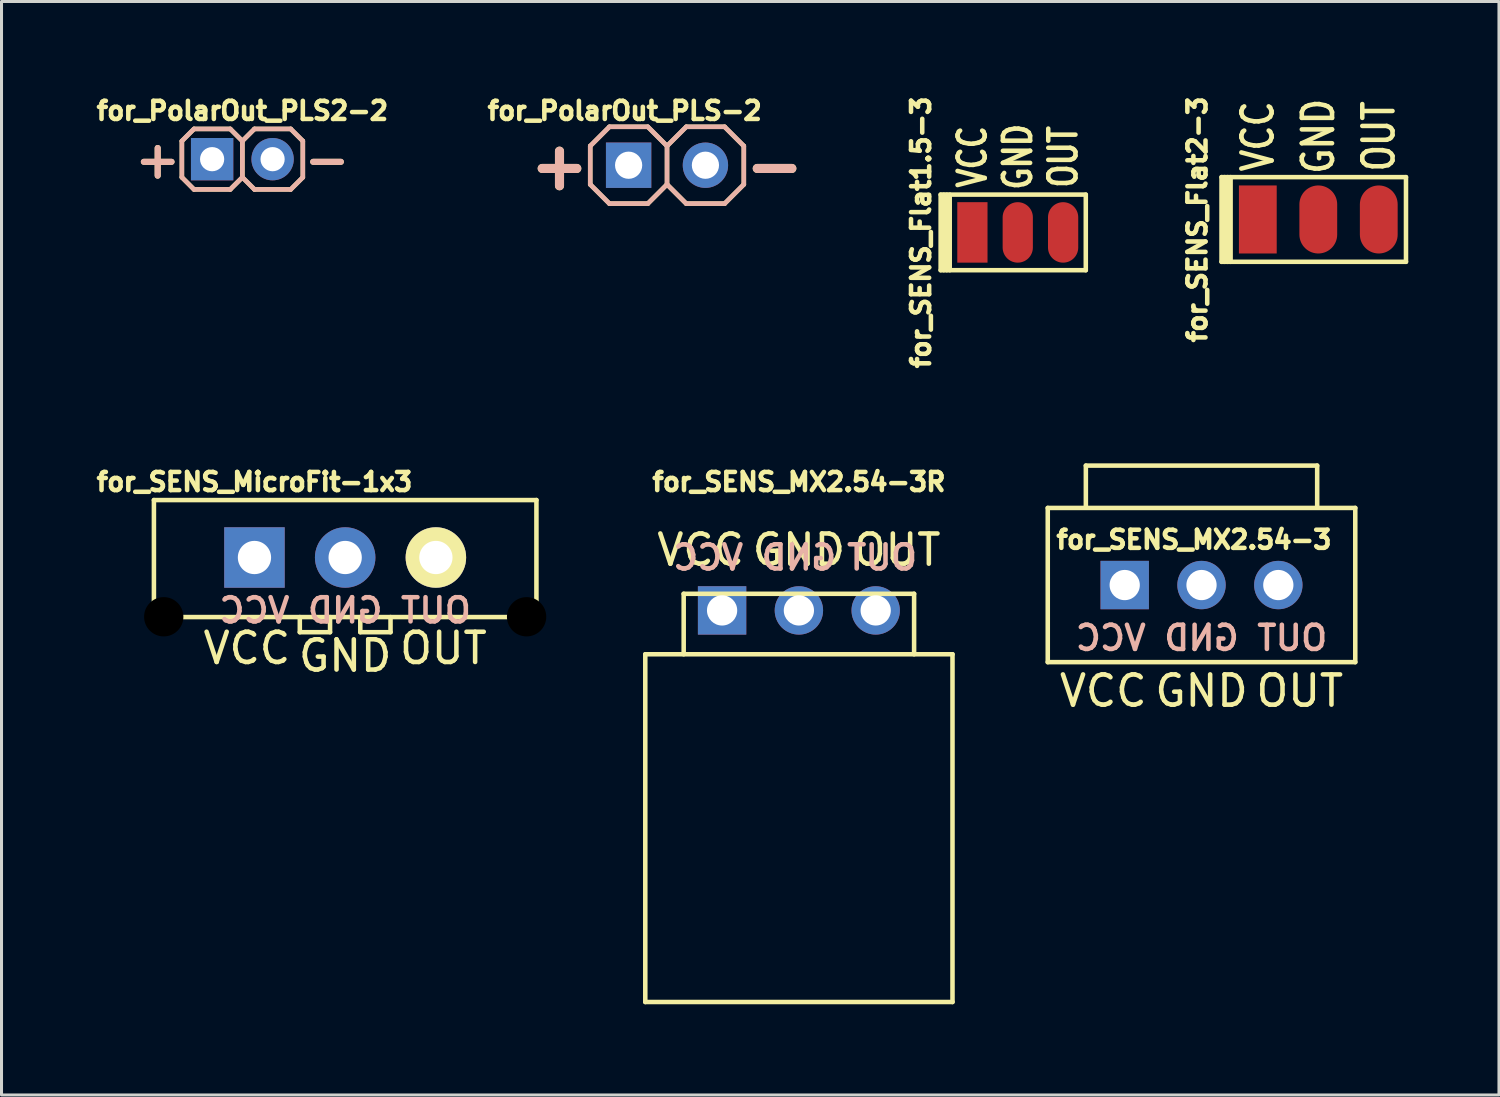
<source format=kicad_pcb>
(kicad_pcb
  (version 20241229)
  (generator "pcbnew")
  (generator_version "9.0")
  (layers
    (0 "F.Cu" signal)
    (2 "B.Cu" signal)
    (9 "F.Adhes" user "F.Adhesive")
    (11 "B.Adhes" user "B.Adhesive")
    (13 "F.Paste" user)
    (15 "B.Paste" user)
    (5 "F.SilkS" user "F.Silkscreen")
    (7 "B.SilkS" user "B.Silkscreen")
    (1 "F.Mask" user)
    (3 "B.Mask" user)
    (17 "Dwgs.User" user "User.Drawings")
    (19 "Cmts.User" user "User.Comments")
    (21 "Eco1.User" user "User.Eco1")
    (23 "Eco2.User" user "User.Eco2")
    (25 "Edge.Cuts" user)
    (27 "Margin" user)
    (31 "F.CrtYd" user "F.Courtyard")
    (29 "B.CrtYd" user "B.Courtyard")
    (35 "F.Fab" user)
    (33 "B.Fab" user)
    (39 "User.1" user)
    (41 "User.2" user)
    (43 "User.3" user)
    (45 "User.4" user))
  (footprint "for_SENS_MicroFit-1x3"
    (layer "F.Cu")
    (at 8.365 15.387)
    (property "Reference" "for_SENS_MicroFit-1x3" (at -3 -2.5 0) (layer "F.SilkS") (effects (font (size 0.6 0.6) (thickness 0.15))))
    (attr through_hole)
    (fp_line (start -6.325 1.97) (end -6.325 -1.9) (stroke (width 0.15) (type solid)) (layer "F.SilkS"))
    (fp_line (start -6.325 1.97) (end 6.325 1.97) (stroke (width 0.15) (type solid)) (layer "F.SilkS"))
    (fp_line (start -1.5 2.47) (end -1.5 1.97) (stroke (width 0.15) (type solid)) (layer "F.SilkS"))
    (fp_line (start -0.5 2.47) (end -1.5 2.47) (stroke (width 0.15) (type solid)) (layer "F.SilkS"))
    (fp_line (start -0.5 2.47) (end -0.5 1.97) (stroke (width 0.15) (type solid)) (layer "F.SilkS"))
    (fp_line (start 0.5 2.47) (end 0.5 1.97) (stroke (width 0.15) (type solid)) (layer "F.SilkS"))
    (fp_line (start 1.5 2.47) (end 0.5 2.47) (stroke (width 0.15) (type solid)) (layer "F.SilkS"))
    (fp_line (start 1.5 2.47) (end 1.5 1.97) (stroke (width 0.15) (type solid)) (layer "F.SilkS"))
    (fp_line (start 6.325 -1.9) (end -6.325 -1.9) (stroke (width 0.15) (type solid)) (layer "F.SilkS"))
    (fp_line (start 6.325 1.97) (end 6.325 -1.9) (stroke (width 0.15) (type solid)) (layer "F.SilkS"))
    (fp_text user "OUT" (at 3.25 3 0) (layer "F.SilkS") (effects (font (size 1 1) (thickness 0.15))))
    (fp_text user "GND" (at 0 3.25 0) (layer "F.SilkS") (effects (font (size 1 1) (thickness 0.15))))
    (fp_text user "VCC" (at -3.25 3 0) (layer "F.SilkS") (effects (font (size 1 1) (thickness 0.15))))
    (fp_text user "VCC" (at -3 1.75 0) (layer "B.SilkS") (effects (font (size 0.8 0.8) (thickness 0.15)) (justify mirror)))
    (fp_text user "GND" (at 0 1.75 0) (layer "B.SilkS") (effects (font (size 0.8 0.8) (thickness 0.15)) (justify mirror)))
    (fp_text user "OUT" (at 3 1.75 0) (layer "B.SilkS") (effects (font (size 0.8 0.8) (thickness 0.15)) (justify mirror)))
    (pad "" np_thru_hole circle (at -6 1.96) (size 1.7 1.7) (drill 1.3) (layers "*.Mask"))
    (pad "" np_thru_hole circle (at 6 1.96) (size 1.7 1.7) (drill 1.3) (layers "*.Mask"))
    (pad "1" thru_hole rect (at -3 0) (size 2 2) (drill 1.1) (layers "*.Cu" "*.Mask"))
    (pad "2" thru_hole circle (at 0 0) (size 2 2) (drill 1.1) (layers "*.Cu" "*.Mask"))
    (pad "3" thru_hole circle (at 3 0) (size 2 2) (drill 1.1) (layers "*.Cu" "*.Mask" "F.SilkS")))
  (footprint "for_SENS_Flat2-3"
    (layer "F.Cu")
    (at 40.547 4.208)
    (property "Reference" "for_SENS_Flat2-3" (at -4 0 90) (layer "F.SilkS") (effects (font (size 0.6 0.6) (thickness 0.15))))
    (attr through_hole)
    (fp_line (start -3.2 -1.4) (end 2.9 -1.4) (stroke (width 0.15) (type solid)) (layer "F.SilkS"))
    (fp_line (start -3.2 1.4) (end -3.2 -1.4) (stroke (width 0.15) (type solid)) (layer "F.SilkS"))
    (fp_line (start -3.1 -1.4) (end -3.1 1.4) (stroke (width 0.15) (type solid)) (layer "F.SilkS"))
    (fp_line (start -3 1.4) (end -3 -1.4) (stroke (width 0.15) (type solid)) (layer "F.SilkS"))
    (fp_line (start -2.9 1.4) (end -2.9 -1.4) (stroke (width 0.15) (type solid)) (layer "F.SilkS"))
    (fp_line (start 2.9 1.4) (end -3.2 1.4) (stroke (width 0.15) (type solid)) (layer "F.SilkS"))
    (fp_line (start 2.9 1.4) (end 2.9 -1.4) (stroke (width 0.15) (type solid)) (layer "F.SilkS"))
    (fp_text user "VCC" (at -2 -2.75 90) (layer "F.SilkS") (effects (font (size 1 0.8) (thickness 0.15))))
    (fp_text user "GND" (at 0 -2.75 90) (layer "F.SilkS") (effects (font (size 1 0.8) (thickness 0.15))))
    (fp_text user "OUT" (at 2 -2.75 90) (layer "F.SilkS") (effects (font (size 1 0.8) (thickness 0.15))))
    (pad "1" smd rect (at -2 0) (size 1.25 2.25) (layers "F.Cu" "F.Mask" "F.Paste"))
    (pad "2" smd oval (at 0 0) (size 1.25 2.25) (layers "F.Cu" "F.Mask" "F.Paste"))
    (pad "3" smd oval (at 2 0) (size 1.25 2.25) (layers "F.Cu" "F.Mask" "F.Paste")))
  (footprint "for_SENS_MX2.54-3R"
    (layer "F.Cu")
    (at 23.37 17.137)
    (property "Reference" "for_SENS_MX2.54-3R" (at 0 -4.25 0) (layer "F.SilkS") (effects (font (size 0.6 0.6) (thickness 0.15))))
    (attr through_hole)
    (fp_line (start -5.08 1.45) (end -5.08 12.95) (stroke (width 0.15) (type solid)) (layer "F.SilkS"))
    (fp_line (start -5.08 1.45) (end 5.08 1.45) (stroke (width 0.15) (type solid)) (layer "F.SilkS"))
    (fp_line (start -3.81 -0.55) (end -3.81 1.45) (stroke (width 0.15) (type solid)) (layer "F.SilkS"))
    (fp_line (start -3.81 -0.55) (end 3.81 -0.55) (stroke (width 0.15) (type solid)) (layer "F.SilkS"))
    (fp_line (start 3.81 1.45) (end 3.81 -0.55) (stroke (width 0.15) (type solid)) (layer "F.SilkS"))
    (fp_line (start 5.08 1.45) (end 5.08 12.95) (stroke (width 0.15) (type solid)) (layer "F.SilkS"))
    (fp_line (start 5.08 12.95) (end -5.08 12.95) (stroke (width 0.15) (type solid)) (layer "F.SilkS"))
    (fp_text user "VCC" (at -3.25 -2 0) (layer "F.SilkS") (effects (font (size 1 1) (thickness 0.15))))
    (fp_text user "OUT" (at 3.25 -2 0) (layer "F.SilkS") (effects (font (size 1 1) (thickness 0.15))))
    (fp_text user "GND" (at 0 -2 0) (layer "F.SilkS") (effects (font (size 1 1) (thickness 0.15))))
    (fp_text user "GND" (at 0 -1.75 0) (layer "B.SilkS") (effects (font (size 0.8 0.8) (thickness 0.15)) (justify mirror)))
    (fp_text user "OUT" (at 2.75 -1.75 0) (layer "B.SilkS") (effects (font (size 0.8 0.8) (thickness 0.15)) (justify mirror)))
    (fp_text user "VCC" (at -3 -1.75 0) (layer "B.SilkS") (effects (font (size 0.8 0.8) (thickness 0.15)) (justify mirror)))
    (pad "1" thru_hole rect (at -2.54 0) (size 1.6 1.6) (drill 1) (layers "*.Cu" "*.Mask"))
    (pad "2" thru_hole circle (at 0 0) (size 1.6 1.6) (drill 1) (layers "*.Cu" "*.Mask"))
    (pad "3" thru_hole circle (at 2.54 0) (size 1.6 1.6) (drill 1) (layers "*.Cu" "*.Mask")))
  (footprint "for_SENS_MX2.54-3"
    (layer "F.Cu")
    (at 36.685 16.298)
    (property "Reference" "for_SENS_MX2.54-3" (at -0.25 -1.5 0) (layer "F.SilkS") (effects (font (size 0.6 0.6) (thickness 0.15))))
    (attr through_hole)
    (fp_line (start -5.085 -2.55) (end -5.085 2.55) (stroke (width 0.15) (type solid)) (layer "F.SilkS"))
    (fp_line (start -5.085 2.55) (end 5.085 2.55) (stroke (width 0.15) (type solid)) (layer "F.SilkS"))
    (fp_line (start -3.825 -3.95) (end -3.825 -2.6) (stroke (width 0.15) (type solid)) (layer "F.SilkS"))
    (fp_line (start 3.825 -3.95) (end -3.825 -3.95) (stroke (width 0.15) (type solid)) (layer "F.SilkS"))
    (fp_line (start 3.825 -2.6) (end 3.825 -3.95) (stroke (width 0.15) (type solid)) (layer "F.SilkS"))
    (fp_line (start 5.085 -2.55) (end -5.085 -2.55) (stroke (width 0.15) (type solid)) (layer "F.SilkS"))
    (fp_line (start 5.085 2.55) (end 5.085 -2.55) (stroke (width 0.15) (type solid)) (layer "F.SilkS"))
    (fp_text user "OUT" (at 3.25 3.5 0) (layer "F.SilkS") (effects (font (size 1 1) (thickness 0.15))))
    (fp_text user "VCC" (at -3.25 3.5 0) (layer "F.SilkS") (effects (font (size 1 1) (thickness 0.15))))
    (fp_text user "GND" (at 0 3.5 0) (layer "F.SilkS") (effects (font (size 1 1) (thickness 0.15))))
    (fp_text user "OUT" (at 3 1.75 0) (layer "B.SilkS") (effects (font (size 0.8 0.8) (thickness 0.15)) (justify mirror)))
    (fp_text user "GND" (at 0 1.75 0) (layer "B.SilkS") (effects (font (size 0.8 0.8) (thickness 0.15)) (justify mirror)))
    (fp_text user "VCC" (at -3 1.75 0) (layer "B.SilkS") (effects (font (size 0.8 0.8) (thickness 0.15)) (justify mirror)))
    (pad "1" thru_hole rect (at -2.54 0) (size 1.6 1.6) (drill 1) (layers "*.Cu" "*.Mask"))
    (pad "2" thru_hole circle (at 0 0) (size 1.6 1.6) (drill 1) (layers "*.Cu" "*.Mask"))
    (pad "3" thru_hole circle (at 2.54 0) (size 1.6 1.6) (drill 1) (layers "*.Cu" "*.Mask")))
  (footprint "for_SENS_Flat1.5-3"
    (layer "F.Cu")
    (at 30.608 4.636)
    (property "Reference" "for_SENS_Flat1.5-3" (at -3.2 0 90) (layer "F.SilkS") (effects (font (size 0.6 0.6) (thickness 0.15))))
    (attr through_hole)
    (fp_line (start -2.55 -1.25) (end 2.25 -1.25) (stroke (width 0.15) (type solid)) (layer "F.SilkS"))
    (fp_line (start -2.55 1.25) (end -2.55 -1.25) (stroke (width 0.15) (type solid)) (layer "F.SilkS"))
    (fp_line (start -2.45 -1.25) (end -2.45 1.25) (stroke (width 0.15) (type solid)) (layer "F.SilkS"))
    (fp_line (start -2.35 1.25) (end -2.35 -1.25) (stroke (width 0.15) (type solid)) (layer "F.SilkS"))
    (fp_line (start -2.25 1.25) (end -2.25 -1.25) (stroke (width 0.15) (type solid)) (layer "F.SilkS"))
    (fp_line (start 2.25 1.25) (end -2.55 1.25) (stroke (width 0.15) (type solid)) (layer "F.SilkS"))
    (fp_line (start 2.25 1.25) (end 2.25 -1.25) (stroke (width 0.15) (type solid)) (layer "F.SilkS"))
    (fp_text user "VCC" (at -1.5 -2.5 90) (layer "F.SilkS") (effects (font (size 0.9 0.7) (thickness 0.15))))
    (fp_text user "OUT" (at 1.5 -2.5 90) (layer "F.SilkS") (effects (font (size 0.9 0.7) (thickness 0.15))))
    (fp_text user "GND" (at 0 -2.5 90) (layer "F.SilkS") (effects (font (size 0.9 0.7) (thickness 0.15))))
    (pad "1" smd rect (at -1.5 0) (size 1 2) (layers "F.Cu" "F.Mask" "F.Paste"))
    (pad "2" smd oval (at 0 0) (size 1 2) (layers "F.Cu" "F.Mask" "F.Paste"))
    (pad "3" smd oval (at 1.5 0) (size 1 2) (layers "F.Cu" "F.Mask" "F.Paste")))
  (footprint "for_PolarOut_PLS-2"
    (layer "F.Cu")
    (at 19.009 2.414)
    (property "Reference" "for_PolarOut_PLS-2" (at -1.4 -1.8 0) (layer "F.SilkS") (effects (font (size 0.6 0.6) (thickness 0.15))))
    (attr through_hole)
    (fp_line (start -2.54 0.635) (end -2.54 -0.635) (stroke (width 0.15) (type solid)) (layer "F.SilkS"))
    (fp_line (start -1.905 -1.27) (end -2.54 -0.635) (stroke (width 0.15) (type solid)) (layer "F.SilkS"))
    (fp_line (start -1.905 1.27) (end -2.54 0.635) (stroke (width 0.15) (type solid)) (layer "F.SilkS"))
    (fp_line (start -0.635 -1.27) (end -1.905 -1.27) (stroke (width 0.15) (type solid)) (layer "F.SilkS"))
    (fp_line (start -0.635 1.27) (end -1.905 1.27) (stroke (width 0.15) (type solid)) (layer "F.SilkS"))
    (fp_line (start 0 -0.635) (end -0.635 -1.27) (stroke (width 0.15) (type solid)) (layer "F.SilkS"))
    (fp_line (start 0 -0.635) (end 0 0.635) (stroke (width 0.15) (type solid)) (layer "F.SilkS"))
    (fp_line (start 0 0.635) (end -0.635 1.27) (stroke (width 0.15) (type solid)) (layer "F.SilkS"))
    (fp_line (start 0.635 -1.27) (end 0 -0.635) (stroke (width 0.15) (type solid)) (layer "F.SilkS"))
    (fp_line (start 0.635 1.27) (end 0 0.635) (stroke (width 0.15) (type solid)) (layer "F.SilkS"))
    (fp_line (start 1.905 -1.27) (end 0.635 -1.27) (stroke (width 0.15) (type solid)) (layer "F.SilkS"))
    (fp_line (start 1.905 1.27) (end 0.635 1.27) (stroke (width 0.15) (type solid)) (layer "F.SilkS"))
    (fp_line (start 2.54 -0.635) (end 1.905 -1.27) (stroke (width 0.15) (type solid)) (layer "F.SilkS"))
    (fp_line (start 2.54 -0.635) (end 2.54 0.635) (stroke (width 0.15) (type solid)) (layer "F.SilkS"))
    (fp_line (start 2.54 0.635) (end 1.905 1.27) (stroke (width 0.15) (type solid)) (layer "F.SilkS"))
    (fp_line (start -2.54 0.635) (end -2.54 -0.635) (stroke (width 0.15) (type solid)) (layer "B.SilkS"))
    (fp_line (start -1.905 -1.27) (end -2.54 -0.635) (stroke (width 0.15) (type solid)) (layer "B.SilkS"))
    (fp_line (start -1.905 -1.27) (end -0.635 -1.27) (stroke (width 0.15) (type solid)) (layer "B.SilkS"))
    (fp_line (start -1.905 1.27) (end -2.54 0.635) (stroke (width 0.15) (type solid)) (layer "B.SilkS"))
    (fp_line (start -0.635 1.27) (end -1.905 1.27) (stroke (width 0.15) (type solid)) (layer "B.SilkS"))
    (fp_line (start 0 -0.635) (end -0.635 -1.27) (stroke (width 0.15) (type solid)) (layer "B.SilkS"))
    (fp_line (start 0 -0.635) (end 0 0.635) (stroke (width 0.15) (type solid)) (layer "B.SilkS"))
    (fp_line (start 0 0.635) (end -0.635 1.27) (stroke (width 0.15) (type solid)) (layer "B.SilkS"))
    (fp_line (start 0.635 -1.27) (end 0 -0.635) (stroke (width 0.15) (type solid)) (layer "B.SilkS"))
    (fp_line (start 0.635 -1.27) (end 1.905 -1.27) (stroke (width 0.15) (type solid)) (layer "B.SilkS"))
    (fp_line (start 0.635 1.27) (end 0 0.635) (stroke (width 0.15) (type solid)) (layer "B.SilkS"))
    (fp_line (start 1.905 1.27) (end 0.635 1.27) (stroke (width 0.15) (type solid)) (layer "B.SilkS"))
    (fp_line (start 2.54 -0.635) (end 1.905 -1.27) (stroke (width 0.15) (type solid)) (layer "B.SilkS"))
    (fp_line (start 2.54 -0.635) (end 2.54 0.635) (stroke (width 0.15) (type solid)) (layer "B.SilkS"))
    (fp_line (start 2.54 0.635) (end 1.905 1.27) (stroke (width 0.15) (type solid)) (layer "B.SilkS"))
    (fp_text user "-" (at 3.556 0 0) (layer "F.SilkS") (effects (font (size 1.5 1.5) (thickness 0.3))))
    (fp_text user "+" (at -3.556 0 0) (layer "F.SilkS") (effects (font (size 1.5 1.5) (thickness 0.3))))
    (fp_text user "+" (at -3.556 0 0) (layer "B.SilkS") (effects (font (size 1.5 1.5) (thickness 0.3)) (justify mirror)))
    (fp_text user "-" (at 3.556 0 0) (layer "B.SilkS") (effects (font (size 1.5 1.5) (thickness 0.3)) (justify mirror)))
    (pad "1" thru_hole rect (at -1.27 0) (size 1.5 1.5) (drill 0.9) (layers "*.Cu" "*.Mask"))
    (pad "2" thru_hole circle (at 1.27 0) (size 1.5 1.5) (drill 0.9) (layers "*.Cu" "*.Mask")))
  (footprint "for_PolarOut_PLS2-2"
    (layer "F.Cu")
    (at 4.965 2.214)
    (property "Reference" "for_PolarOut_PLS2-2" (at 0 -1.6 0) (layer "F.SilkS") (effects (font (size 0.6 0.6) (thickness 0.15))))
    (attr through_hole)
    (fp_line (start -2 -0.6) (end -1.6 -1) (stroke (width 0.15) (type solid)) (layer "F.SilkS"))
    (fp_line (start -2 0.6) (end -2 -0.6) (stroke (width 0.15) (type solid)) (layer "F.SilkS"))
    (fp_line (start -1.6 -1) (end -0.4 -1) (stroke (width 0.15) (type solid)) (layer "F.SilkS"))
    (fp_line (start -1.6 1) (end -2 0.6) (stroke (width 0.15) (type solid)) (layer "F.SilkS"))
    (fp_line (start -0.4 1) (end -1.6 1) (stroke (width 0.15) (type solid)) (layer "F.SilkS"))
    (fp_line (start 0 -0.6) (end -0.4 -1) (stroke (width 0.15) (type solid)) (layer "F.SilkS"))
    (fp_line (start 0 -0.6) (end 0.4 -1) (stroke (width 0.15) (type solid)) (layer "F.SilkS"))
    (fp_line (start 0 0.6) (end -0.4 1) (stroke (width 0.15) (type solid)) (layer "F.SilkS"))
    (fp_line (start 0 0.6) (end 0 -0.6) (stroke (width 0.15) (type solid)) (layer "F.SilkS"))
    (fp_line (start 0.4 -1) (end 1.6 -1) (stroke (width 0.15) (type solid)) (layer "F.SilkS"))
    (fp_line (start 0.4 1) (end 0 0.6) (stroke (width 0.15) (type solid)) (layer "F.SilkS"))
    (fp_line (start 1.6 -1) (end 2 -0.6) (stroke (width 0.15) (type solid)) (layer "F.SilkS"))
    (fp_line (start 1.6 1) (end 0.4 1) (stroke (width 0.15) (type solid)) (layer "F.SilkS"))
    (fp_line (start 2 -0.6) (end 2 0.6) (stroke (width 0.15) (type solid)) (layer "F.SilkS"))
    (fp_line (start 2 0.6) (end 1.6 1) (stroke (width 0.15) (type solid)) (layer "F.SilkS"))
    (fp_line (start -2 -0.6) (end -1.6 -1) (stroke (width 0.15) (type solid)) (layer "B.SilkS"))
    (fp_line (start -2 0.6) (end -2 -0.6) (stroke (width 0.15) (type solid)) (layer "B.SilkS"))
    (fp_line (start -1.6 -1) (end -0.4 -1) (stroke (width 0.15) (type solid)) (layer "B.SilkS"))
    (fp_line (start -1.6 1) (end -2 0.6) (stroke (width 0.15) (type solid)) (layer "B.SilkS"))
    (fp_line (start -0.4 -1) (end 0 -0.6) (stroke (width 0.15) (type solid)) (layer "B.SilkS"))
    (fp_line (start -0.4 1) (end -1.6 1) (stroke (width 0.15) (type solid)) (layer "B.SilkS"))
    (fp_line (start 0 -0.6) (end 0 0.6) (stroke (width 0.15) (type solid)) (layer "B.SilkS"))
    (fp_line (start 0 -0.6) (end 0.4 -1) (stroke (width 0.15) (type solid)) (layer "B.SilkS"))
    (fp_line (start 0 0.6) (end -0.4 1) (stroke (width 0.15) (type solid)) (layer "B.SilkS"))
    (fp_line (start 0.4 -1) (end 1.6 -1) (stroke (width 0.15) (type solid)) (layer "B.SilkS"))
    (fp_line (start 0.4 1) (end 0 0.6) (stroke (width 0.15) (type solid)) (layer "B.SilkS"))
    (fp_line (start 1.6 -1) (end 2 -0.6) (stroke (width 0.15) (type solid)) (layer "B.SilkS"))
    (fp_line (start 1.6 1) (end 0.4 1) (stroke (width 0.15) (type solid)) (layer "B.SilkS"))
    (fp_line (start 2 -0.6) (end 2 0.6) (stroke (width 0.15) (type solid)) (layer "B.SilkS"))
    (fp_line (start 2 0.6) (end 1.6 1) (stroke (width 0.15) (type solid)) (layer "B.SilkS"))
    (fp_text user "-" (at 2.8 0 0) (layer "F.SilkS") (effects (font (size 1.2 1.2) (thickness 0.2))))
    (fp_text user "+" (at -2.8 0 0) (layer "F.SilkS") (effects (font (size 1.2 1.2) (thickness 0.2))))
    (fp_text user "+" (at -2.8 0 0) (layer "B.SilkS") (effects (font (size 1.2 1.2) (thickness 0.2)) (justify mirror)))
    (fp_text user "-" (at 2.8 0 0) (layer "B.SilkS") (effects (font (size 1.2 1.2) (thickness 0.2)) (justify mirror)))
    (pad "1" thru_hole rect (at -1 0) (size 1.4 1.4) (drill 0.8) (layers "*.Cu" "*.Mask"))
    (pad "2" thru_hole circle (at 1 0) (size 1.4 1.4) (drill 0.8) (layers "*.Cu" "*.Mask")))
  (gr_rect
    (start -3 -3)
    (end 46.522 33.162)
    (stroke (width 0.1) (type default))
    (fill no)
    (layer "Edge.Cuts")))
</source>
